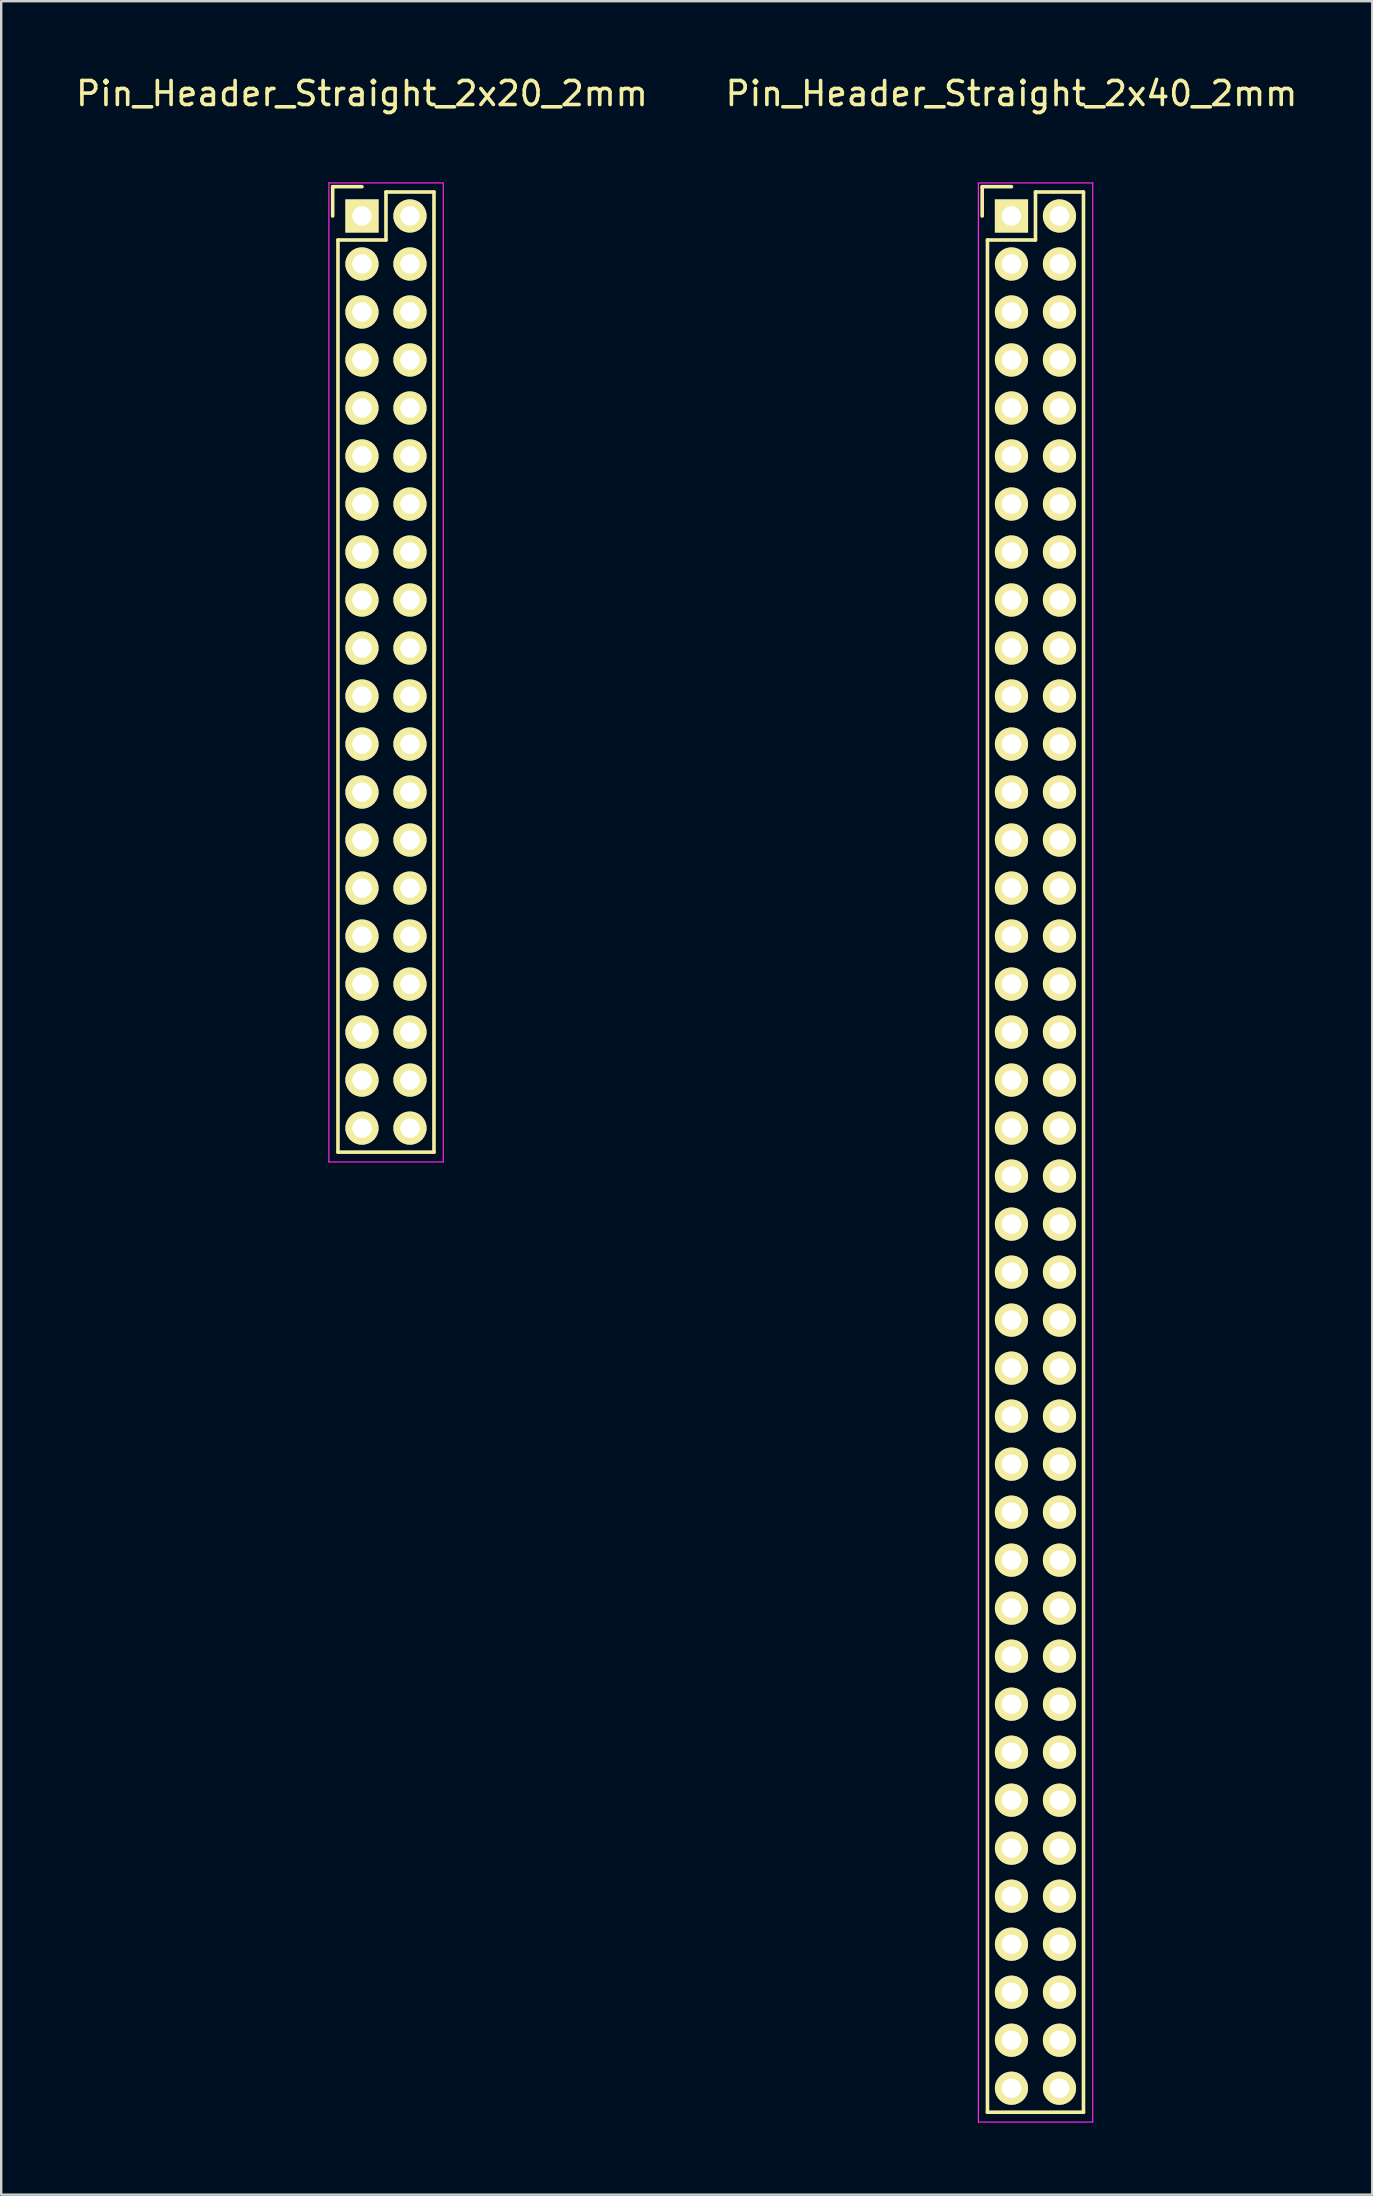
<source format=kicad_pcb>
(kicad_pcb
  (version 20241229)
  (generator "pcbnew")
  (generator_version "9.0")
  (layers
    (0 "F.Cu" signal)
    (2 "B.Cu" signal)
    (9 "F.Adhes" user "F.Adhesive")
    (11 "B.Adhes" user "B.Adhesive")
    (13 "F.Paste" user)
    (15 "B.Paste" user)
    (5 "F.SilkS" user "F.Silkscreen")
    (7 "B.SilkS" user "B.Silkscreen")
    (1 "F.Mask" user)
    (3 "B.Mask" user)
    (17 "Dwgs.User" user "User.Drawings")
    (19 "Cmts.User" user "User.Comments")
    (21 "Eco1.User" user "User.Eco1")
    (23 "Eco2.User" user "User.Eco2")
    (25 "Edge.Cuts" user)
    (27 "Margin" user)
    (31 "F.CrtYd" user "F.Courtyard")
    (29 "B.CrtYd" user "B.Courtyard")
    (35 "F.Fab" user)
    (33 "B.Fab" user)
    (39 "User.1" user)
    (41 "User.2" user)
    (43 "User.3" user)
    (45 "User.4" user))
  (footprint "Pin_Header_Straight_2x20_2mm"
    (layer "F.Cu")
    (at 12.03 5.948)
    (property "Reference" "Pin_Header_Straight_2x20_2mm" (at 0 -5.1 0) (layer "F.SilkS") (effects (font (size 1 1) (thickness 0.15))))
    (attr through_hole)
    (fp_line (start -1.22 -1.22) (end -1.22 0) (stroke (width 0.15) (type solid)) (layer "F.SilkS"))
    (fp_line (start -1 39) (end -1 1) (stroke (width 0.15) (type solid)) (layer "F.SilkS"))
    (fp_line (start 0 -1.22) (end -1.22 -1.22) (stroke (width 0.15) (type solid)) (layer "F.SilkS"))
    (fp_line (start 1 -1) (end 1 1) (stroke (width 0.15) (type solid)) (layer "F.SilkS"))
    (fp_line (start 1 1) (end -1 1) (stroke (width 0.15) (type solid)) (layer "F.SilkS"))
    (fp_line (start 3 -1) (end 1 -1) (stroke (width 0.15) (type solid)) (layer "F.SilkS"))
    (fp_line (start 3 -1) (end 3 39) (stroke (width 0.15) (type solid)) (layer "F.SilkS"))
    (fp_line (start 3 39) (end -1 39) (stroke (width 0.15) (type solid)) (layer "F.SilkS"))
    (fp_line (start -1.378 -1.378) (end -1.378 39.409) (stroke (width 0.05) (type solid)) (layer "F.CrtYd"))
    (fp_line (start -1.378 -1.378) (end 3.386 -1.378) (stroke (width 0.05) (type solid)) (layer "F.CrtYd"))
    (fp_line (start -1.378 39.409) (end 3.386 39.409) (stroke (width 0.05) (type solid)) (layer "F.CrtYd"))
    (fp_line (start 3.386 -1.378) (end 3.386 39.409) (stroke (width 0.05) (type solid)) (layer "F.CrtYd"))
    (pad "1" thru_hole rect (at 0 0) (size 1.382 1.382) (drill 0.812) (layers "*.Cu" "*.Mask" "F.SilkS"))
    (pad "2" thru_hole oval (at 2 0) (size 1.382 1.382) (drill 0.812) (layers "*.Cu" "*.Mask" "F.SilkS"))
    (pad "3" thru_hole oval (at 0 2) (size 1.382 1.382) (drill 0.812) (layers "*.Cu" "*.Mask" "F.SilkS"))
    (pad "4" thru_hole oval (at 2 2) (size 1.382 1.382) (drill 0.812) (layers "*.Cu" "*.Mask" "F.SilkS"))
    (pad "5" thru_hole oval (at 0 4) (size 1.382 1.382) (drill 0.812) (layers "*.Cu" "*.Mask" "F.SilkS"))
    (pad "6" thru_hole oval (at 2 4) (size 1.382 1.382) (drill 0.812) (layers "*.Cu" "*.Mask" "F.SilkS"))
    (pad "7" thru_hole oval (at 0 6) (size 1.382 1.382) (drill 0.812) (layers "*.Cu" "*.Mask" "F.SilkS"))
    (pad "8" thru_hole oval (at 2 6) (size 1.382 1.382) (drill 0.812) (layers "*.Cu" "*.Mask" "F.SilkS"))
    (pad "9" thru_hole oval (at 0 8) (size 1.382 1.382) (drill 0.812) (layers "*.Cu" "*.Mask" "F.SilkS"))
    (pad "10" thru_hole oval (at 2 8) (size 1.382 1.382) (drill 0.812) (layers "*.Cu" "*.Mask" "F.SilkS"))
    (pad "11" thru_hole oval (at 0 10) (size 1.382 1.382) (drill 0.812) (layers "*.Cu" "*.Mask" "F.SilkS"))
    (pad "12" thru_hole oval (at 2 10) (size 1.382 1.382) (drill 0.812) (layers "*.Cu" "*.Mask" "F.SilkS"))
    (pad "13" thru_hole oval (at 0 12) (size 1.382 1.382) (drill 0.812) (layers "*.Cu" "*.Mask" "F.SilkS"))
    (pad "14" thru_hole oval (at 2 12) (size 1.382 1.382) (drill 0.812) (layers "*.Cu" "*.Mask" "F.SilkS"))
    (pad "15" thru_hole oval (at 0 14) (size 1.382 1.382) (drill 0.812) (layers "*.Cu" "*.Mask" "F.SilkS"))
    (pad "16" thru_hole oval (at 2 14) (size 1.382 1.382) (drill 0.812) (layers "*.Cu" "*.Mask" "F.SilkS"))
    (pad "17" thru_hole oval (at 0 16) (size 1.382 1.382) (drill 0.812) (layers "*.Cu" "*.Mask" "F.SilkS"))
    (pad "18" thru_hole oval (at 2 16) (size 1.382 1.382) (drill 0.812) (layers "*.Cu" "*.Mask" "F.SilkS"))
    (pad "19" thru_hole oval (at 0 18) (size 1.382 1.382) (drill 0.812) (layers "*.Cu" "*.Mask" "F.SilkS"))
    (pad "20" thru_hole oval (at 2 18) (size 1.382 1.382) (drill 0.812) (layers "*.Cu" "*.Mask" "F.SilkS"))
    (pad "21" thru_hole oval (at 0 20) (size 1.382 1.382) (drill 0.812) (layers "*.Cu" "*.Mask" "F.SilkS"))
    (pad "22" thru_hole oval (at 2 20) (size 1.382 1.382) (drill 0.812) (layers "*.Cu" "*.Mask" "F.SilkS"))
    (pad "23" thru_hole oval (at 0 22) (size 1.382 1.382) (drill 0.812) (layers "*.Cu" "*.Mask" "F.SilkS"))
    (pad "24" thru_hole oval (at 2 22) (size 1.382 1.382) (drill 0.812) (layers "*.Cu" "*.Mask" "F.SilkS"))
    (pad "25" thru_hole oval (at 0 24) (size 1.382 1.382) (drill 0.812) (layers "*.Cu" "*.Mask" "F.SilkS"))
    (pad "26" thru_hole oval (at 2 24) (size 1.382 1.382) (drill 0.812) (layers "*.Cu" "*.Mask" "F.SilkS"))
    (pad "27" thru_hole oval (at 0 26) (size 1.382 1.382) (drill 0.812) (layers "*.Cu" "*.Mask" "F.SilkS"))
    (pad "28" thru_hole oval (at 2 26) (size 1.382 1.382) (drill 0.812) (layers "*.Cu" "*.Mask" "F.SilkS"))
    (pad "29" thru_hole oval (at 0 28) (size 1.382 1.382) (drill 0.812) (layers "*.Cu" "*.Mask" "F.SilkS"))
    (pad "30" thru_hole oval (at 2 28) (size 1.382 1.382) (drill 0.812) (layers "*.Cu" "*.Mask" "F.SilkS"))
    (pad "31" thru_hole oval (at 0 30) (size 1.382 1.382) (drill 0.812) (layers "*.Cu" "*.Mask" "F.SilkS"))
    (pad "32" thru_hole oval (at 2 30) (size 1.382 1.382) (drill 0.812) (layers "*.Cu" "*.Mask" "F.SilkS"))
    (pad "33" thru_hole oval (at 0 32) (size 1.382 1.382) (drill 0.812) (layers "*.Cu" "*.Mask" "F.SilkS"))
    (pad "34" thru_hole oval (at 2 32) (size 1.382 1.382) (drill 0.812) (layers "*.Cu" "*.Mask" "F.SilkS"))
    (pad "35" thru_hole oval (at 0 34) (size 1.382 1.382) (drill 0.812) (layers "*.Cu" "*.Mask" "F.SilkS"))
    (pad "36" thru_hole oval (at 2 34) (size 1.382 1.382) (drill 0.812) (layers "*.Cu" "*.Mask" "F.SilkS"))
    (pad "37" thru_hole oval (at 0 36) (size 1.382 1.382) (drill 0.812) (layers "*.Cu" "*.Mask" "F.SilkS"))
    (pad "38" thru_hole oval (at 2 36) (size 1.382 1.382) (drill 0.812) (layers "*.Cu" "*.Mask" "F.SilkS"))
    (pad "39" thru_hole oval (at 0 38) (size 1.382 1.382) (drill 0.812) (layers "*.Cu" "*.Mask" "F.SilkS"))
    (pad "40" thru_hole oval (at 2 38) (size 1.382 1.382) (drill 0.812) (layers "*.Cu" "*.Mask" "F.SilkS")))
  (footprint "Pin_Header_Straight_2x40_2mm"
    (layer "F.Cu")
    (at 39.089 5.948)
    (property "Reference" "Pin_Header_Straight_2x40_2mm" (at 0 -5.1 0) (layer "F.SilkS") (effects (font (size 1 1) (thickness 0.15))))
    (attr through_hole)
    (fp_line (start -1.22 -1.22) (end -1.22 0) (stroke (width 0.15) (type solid)) (layer "F.SilkS"))
    (fp_line (start -1 79) (end -1 1) (stroke (width 0.15) (type solid)) (layer "F.SilkS"))
    (fp_line (start 0 -1.22) (end -1.22 -1.22) (stroke (width 0.15) (type solid)) (layer "F.SilkS"))
    (fp_line (start 1 -1) (end 1 1) (stroke (width 0.15) (type solid)) (layer "F.SilkS"))
    (fp_line (start 1 1) (end -1 1) (stroke (width 0.15) (type solid)) (layer "F.SilkS"))
    (fp_line (start 3 -1) (end 1 -1) (stroke (width 0.15) (type solid)) (layer "F.SilkS"))
    (fp_line (start 3 -1) (end 3 79) (stroke (width 0.15) (type solid)) (layer "F.SilkS"))
    (fp_line (start 3 79) (end -1 79) (stroke (width 0.15) (type solid)) (layer "F.SilkS"))
    (fp_line (start -1.378 -1.378) (end -1.378 79.409) (stroke (width 0.05) (type solid)) (layer "F.CrtYd"))
    (fp_line (start -1.378 -1.378) (end 3.386 -1.378) (stroke (width 0.05) (type solid)) (layer "F.CrtYd"))
    (fp_line (start -1.378 79.409) (end 3.386 79.409) (stroke (width 0.05) (type solid)) (layer "F.CrtYd"))
    (fp_line (start 3.386 -1.378) (end 3.386 79.409) (stroke (width 0.05) (type solid)) (layer "F.CrtYd"))
    (pad "1" thru_hole rect (at 0 0) (size 1.382 1.382) (drill 0.812) (layers "*.Cu" "*.Mask" "F.SilkS"))
    (pad "2" thru_hole oval (at 2 0) (size 1.382 1.382) (drill 0.812) (layers "*.Cu" "*.Mask" "F.SilkS"))
    (pad "3" thru_hole oval (at 0 2) (size 1.382 1.382) (drill 0.812) (layers "*.Cu" "*.Mask" "F.SilkS"))
    (pad "4" thru_hole oval (at 2 2) (size 1.382 1.382) (drill 0.812) (layers "*.Cu" "*.Mask" "F.SilkS"))
    (pad "5" thru_hole oval (at 0 4) (size 1.382 1.382) (drill 0.812) (layers "*.Cu" "*.Mask" "F.SilkS"))
    (pad "6" thru_hole oval (at 2 4) (size 1.382 1.382) (drill 0.812) (layers "*.Cu" "*.Mask" "F.SilkS"))
    (pad "7" thru_hole oval (at 0 6) (size 1.382 1.382) (drill 0.812) (layers "*.Cu" "*.Mask" "F.SilkS"))
    (pad "8" thru_hole oval (at 2 6) (size 1.382 1.382) (drill 0.812) (layers "*.Cu" "*.Mask" "F.SilkS"))
    (pad "9" thru_hole oval (at 0 8) (size 1.382 1.382) (drill 0.812) (layers "*.Cu" "*.Mask" "F.SilkS"))
    (pad "10" thru_hole oval (at 2 8) (size 1.382 1.382) (drill 0.812) (layers "*.Cu" "*.Mask" "F.SilkS"))
    (pad "11" thru_hole oval (at 0 10) (size 1.382 1.382) (drill 0.812) (layers "*.Cu" "*.Mask" "F.SilkS"))
    (pad "12" thru_hole oval (at 2 10) (size 1.382 1.382) (drill 0.812) (layers "*.Cu" "*.Mask" "F.SilkS"))
    (pad "13" thru_hole oval (at 0 12) (size 1.382 1.382) (drill 0.812) (layers "*.Cu" "*.Mask" "F.SilkS"))
    (pad "14" thru_hole oval (at 2 12) (size 1.382 1.382) (drill 0.812) (layers "*.Cu" "*.Mask" "F.SilkS"))
    (pad "15" thru_hole oval (at 0 14) (size 1.382 1.382) (drill 0.812) (layers "*.Cu" "*.Mask" "F.SilkS"))
    (pad "16" thru_hole oval (at 2 14) (size 1.382 1.382) (drill 0.812) (layers "*.Cu" "*.Mask" "F.SilkS"))
    (pad "17" thru_hole oval (at 0 16) (size 1.382 1.382) (drill 0.812) (layers "*.Cu" "*.Mask" "F.SilkS"))
    (pad "18" thru_hole oval (at 2 16) (size 1.382 1.382) (drill 0.812) (layers "*.Cu" "*.Mask" "F.SilkS"))
    (pad "19" thru_hole oval (at 0 18) (size 1.382 1.382) (drill 0.812) (layers "*.Cu" "*.Mask" "F.SilkS"))
    (pad "20" thru_hole oval (at 2 18) (size 1.382 1.382) (drill 0.812) (layers "*.Cu" "*.Mask" "F.SilkS"))
    (pad "21" thru_hole oval (at 0 20) (size 1.382 1.382) (drill 0.812) (layers "*.Cu" "*.Mask" "F.SilkS"))
    (pad "22" thru_hole oval (at 2 20) (size 1.382 1.382) (drill 0.812) (layers "*.Cu" "*.Mask" "F.SilkS"))
    (pad "23" thru_hole oval (at 0 22) (size 1.382 1.382) (drill 0.812) (layers "*.Cu" "*.Mask" "F.SilkS"))
    (pad "24" thru_hole oval (at 2 22) (size 1.382 1.382) (drill 0.812) (layers "*.Cu" "*.Mask" "F.SilkS"))
    (pad "25" thru_hole oval (at 0 24) (size 1.382 1.382) (drill 0.812) (layers "*.Cu" "*.Mask" "F.SilkS"))
    (pad "26" thru_hole oval (at 2 24) (size 1.382 1.382) (drill 0.812) (layers "*.Cu" "*.Mask" "F.SilkS"))
    (pad "27" thru_hole oval (at 0 26) (size 1.382 1.382) (drill 0.812) (layers "*.Cu" "*.Mask" "F.SilkS"))
    (pad "28" thru_hole oval (at 2 26) (size 1.382 1.382) (drill 0.812) (layers "*.Cu" "*.Mask" "F.SilkS"))
    (pad "29" thru_hole oval (at 0 28) (size 1.382 1.382) (drill 0.812) (layers "*.Cu" "*.Mask" "F.SilkS"))
    (pad "30" thru_hole oval (at 2 28) (size 1.382 1.382) (drill 0.812) (layers "*.Cu" "*.Mask" "F.SilkS"))
    (pad "31" thru_hole oval (at 0 30) (size 1.382 1.382) (drill 0.812) (layers "*.Cu" "*.Mask" "F.SilkS"))
    (pad "32" thru_hole oval (at 2 30) (size 1.382 1.382) (drill 0.812) (layers "*.Cu" "*.Mask" "F.SilkS"))
    (pad "33" thru_hole oval (at 0 32) (size 1.382 1.382) (drill 0.812) (layers "*.Cu" "*.Mask" "F.SilkS"))
    (pad "34" thru_hole oval (at 2 32) (size 1.382 1.382) (drill 0.812) (layers "*.Cu" "*.Mask" "F.SilkS"))
    (pad "35" thru_hole oval (at 0 34) (size 1.382 1.382) (drill 0.812) (layers "*.Cu" "*.Mask" "F.SilkS"))
    (pad "36" thru_hole oval (at 2 34) (size 1.382 1.382) (drill 0.812) (layers "*.Cu" "*.Mask" "F.SilkS"))
    (pad "37" thru_hole oval (at 0 36) (size 1.382 1.382) (drill 0.812) (layers "*.Cu" "*.Mask" "F.SilkS"))
    (pad "38" thru_hole oval (at 2 36) (size 1.382 1.382) (drill 0.812) (layers "*.Cu" "*.Mask" "F.SilkS"))
    (pad "39" thru_hole oval (at 0 38) (size 1.382 1.382) (drill 0.812) (layers "*.Cu" "*.Mask" "F.SilkS"))
    (pad "40" thru_hole oval (at 2 38) (size 1.382 1.382) (drill 0.812) (layers "*.Cu" "*.Mask" "F.SilkS"))
    (pad "41" thru_hole oval (at 0 40) (size 1.382 1.382) (drill 0.812) (layers "*.Cu" "*.Mask" "F.SilkS"))
    (pad "42" thru_hole oval (at 2 40) (size 1.382 1.382) (drill 0.812) (layers "*.Cu" "*.Mask" "F.SilkS"))
    (pad "43" thru_hole oval (at 0 42) (size 1.382 1.382) (drill 0.812) (layers "*.Cu" "*.Mask" "F.SilkS"))
    (pad "44" thru_hole oval (at 2 42) (size 1.382 1.382) (drill 0.812) (layers "*.Cu" "*.Mask" "F.SilkS"))
    (pad "45" thru_hole oval (at 0 44) (size 1.382 1.382) (drill 0.812) (layers "*.Cu" "*.Mask" "F.SilkS"))
    (pad "46" thru_hole oval (at 2 44) (size 1.382 1.382) (drill 0.812) (layers "*.Cu" "*.Mask" "F.SilkS"))
    (pad "47" thru_hole oval (at 0 46) (size 1.382 1.382) (drill 0.812) (layers "*.Cu" "*.Mask" "F.SilkS"))
    (pad "48" thru_hole oval (at 2 46) (size 1.382 1.382) (drill 0.812) (layers "*.Cu" "*.Mask" "F.SilkS"))
    (pad "49" thru_hole oval (at 0 48) (size 1.382 1.382) (drill 0.812) (layers "*.Cu" "*.Mask" "F.SilkS"))
    (pad "50" thru_hole oval (at 2 48) (size 1.382 1.382) (drill 0.812) (layers "*.Cu" "*.Mask" "F.SilkS"))
    (pad "51" thru_hole oval (at 0 50) (size 1.382 1.382) (drill 0.812) (layers "*.Cu" "*.Mask" "F.SilkS"))
    (pad "52" thru_hole oval (at 2 50) (size 1.382 1.382) (drill 0.812) (layers "*.Cu" "*.Mask" "F.SilkS"))
    (pad "53" thru_hole oval (at 0 52) (size 1.382 1.382) (drill 0.812) (layers "*.Cu" "*.Mask" "F.SilkS"))
    (pad "54" thru_hole oval (at 2 52) (size 1.382 1.382) (drill 0.812) (layers "*.Cu" "*.Mask" "F.SilkS"))
    (pad "55" thru_hole oval (at 0 54) (size 1.382 1.382) (drill 0.812) (layers "*.Cu" "*.Mask" "F.SilkS"))
    (pad "56" thru_hole oval (at 2 54) (size 1.382 1.382) (drill 0.812) (layers "*.Cu" "*.Mask" "F.SilkS"))
    (pad "57" thru_hole oval (at 0 56) (size 1.382 1.382) (drill 0.812) (layers "*.Cu" "*.Mask" "F.SilkS"))
    (pad "58" thru_hole oval (at 2 56) (size 1.382 1.382) (drill 0.812) (layers "*.Cu" "*.Mask" "F.SilkS"))
    (pad "59" thru_hole oval (at 0 58) (size 1.382 1.382) (drill 0.812) (layers "*.Cu" "*.Mask" "F.SilkS"))
    (pad "60" thru_hole oval (at 2 58) (size 1.382 1.382) (drill 0.812) (layers "*.Cu" "*.Mask" "F.SilkS"))
    (pad "61" thru_hole oval (at 0 60) (size 1.382 1.382) (drill 0.812) (layers "*.Cu" "*.Mask" "F.SilkS"))
    (pad "62" thru_hole oval (at 2 60) (size 1.382 1.382) (drill 0.812) (layers "*.Cu" "*.Mask" "F.SilkS"))
    (pad "63" thru_hole oval (at 0 62) (size 1.382 1.382) (drill 0.812) (layers "*.Cu" "*.Mask" "F.SilkS"))
    (pad "64" thru_hole oval (at 2 62) (size 1.382 1.382) (drill 0.812) (layers "*.Cu" "*.Mask" "F.SilkS"))
    (pad "65" thru_hole oval (at 0 64) (size 1.382 1.382) (drill 0.812) (layers "*.Cu" "*.Mask" "F.SilkS"))
    (pad "66" thru_hole oval (at 2 64) (size 1.382 1.382) (drill 0.812) (layers "*.Cu" "*.Mask" "F.SilkS"))
    (pad "67" thru_hole oval (at 0 66) (size 1.382 1.382) (drill 0.812) (layers "*.Cu" "*.Mask" "F.SilkS"))
    (pad "68" thru_hole oval (at 2 66) (size 1.382 1.382) (drill 0.812) (layers "*.Cu" "*.Mask" "F.SilkS"))
    (pad "69" thru_hole oval (at 0 68) (size 1.382 1.382) (drill 0.812) (layers "*.Cu" "*.Mask" "F.SilkS"))
    (pad "70" thru_hole oval (at 2 68) (size 1.382 1.382) (drill 0.812) (layers "*.Cu" "*.Mask" "F.SilkS"))
    (pad "71" thru_hole oval (at 0 70) (size 1.382 1.382) (drill 0.812) (layers "*.Cu" "*.Mask" "F.SilkS"))
    (pad "72" thru_hole oval (at 2 70) (size 1.382 1.382) (drill 0.812) (layers "*.Cu" "*.Mask" "F.SilkS"))
    (pad "73" thru_hole oval (at 0 72) (size 1.382 1.382) (drill 0.812) (layers "*.Cu" "*.Mask" "F.SilkS"))
    (pad "74" thru_hole oval (at 2 72) (size 1.382 1.382) (drill 0.812) (layers "*.Cu" "*.Mask" "F.SilkS"))
    (pad "75" thru_hole oval (at 0 74) (size 1.382 1.382) (drill 0.812) (layers "*.Cu" "*.Mask" "F.SilkS"))
    (pad "76" thru_hole oval (at 2 74) (size 1.382 1.382) (drill 0.812) (layers "*.Cu" "*.Mask" "F.SilkS"))
    (pad "77" thru_hole oval (at 0 76) (size 1.382 1.382) (drill 0.812) (layers "*.Cu" "*.Mask" "F.SilkS"))
    (pad "78" thru_hole oval (at 2 76) (size 1.382 1.382) (drill 0.812) (layers "*.Cu" "*.Mask" "F.SilkS"))
    (pad "79" thru_hole oval (at 0 78) (size 1.382 1.382) (drill 0.812) (layers "*.Cu" "*.Mask" "F.SilkS"))
    (pad "80" thru_hole oval (at 2 78) (size 1.382 1.382) (drill 0.812) (layers "*.Cu" "*.Mask" "F.SilkS")))
  (gr_rect
    (start -3 -3)
    (end 54.119 88.382)
    (stroke (width 0.1) (type default))
    (fill no)
    (layer "Edge.Cuts")))
</source>
